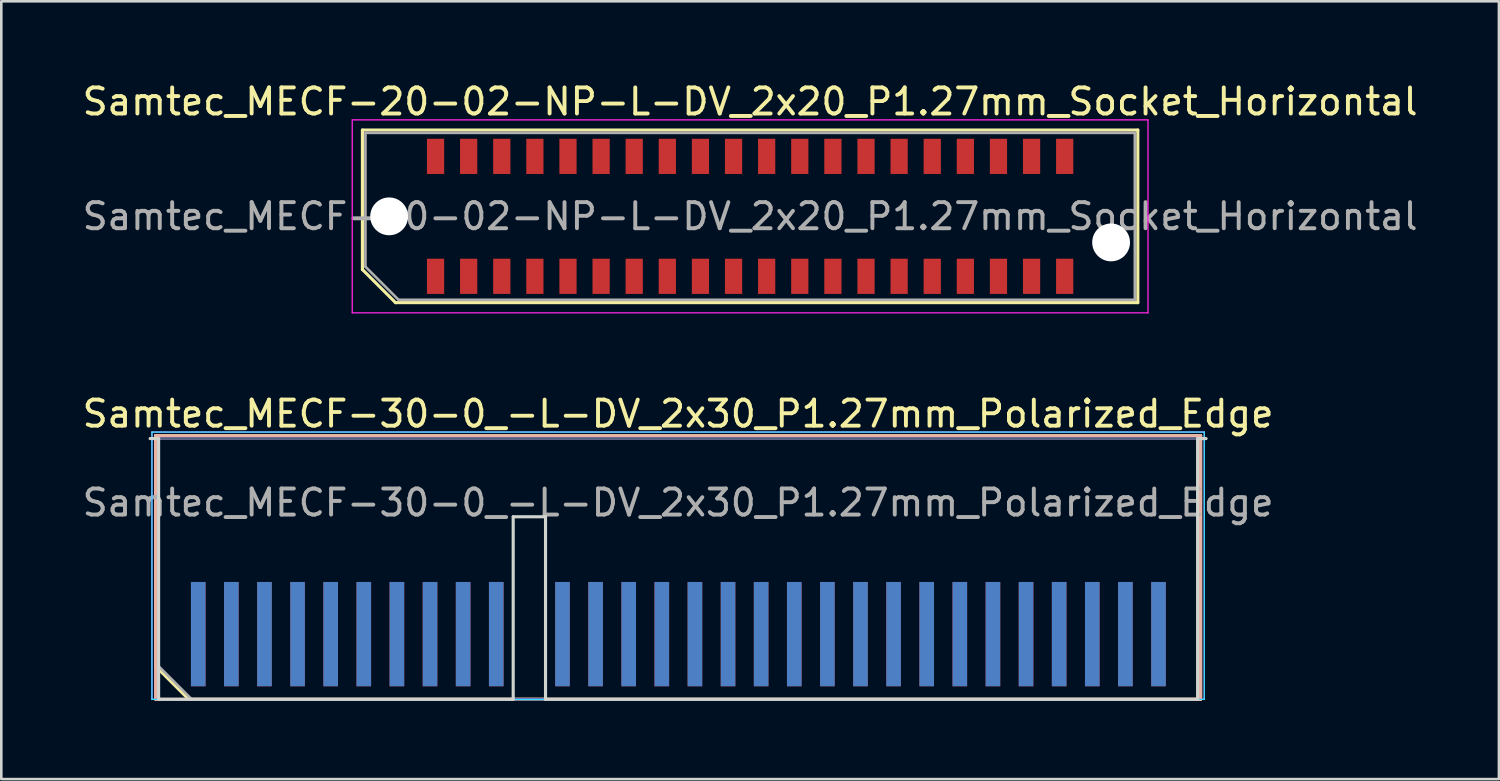
<source format=kicad_pcb>
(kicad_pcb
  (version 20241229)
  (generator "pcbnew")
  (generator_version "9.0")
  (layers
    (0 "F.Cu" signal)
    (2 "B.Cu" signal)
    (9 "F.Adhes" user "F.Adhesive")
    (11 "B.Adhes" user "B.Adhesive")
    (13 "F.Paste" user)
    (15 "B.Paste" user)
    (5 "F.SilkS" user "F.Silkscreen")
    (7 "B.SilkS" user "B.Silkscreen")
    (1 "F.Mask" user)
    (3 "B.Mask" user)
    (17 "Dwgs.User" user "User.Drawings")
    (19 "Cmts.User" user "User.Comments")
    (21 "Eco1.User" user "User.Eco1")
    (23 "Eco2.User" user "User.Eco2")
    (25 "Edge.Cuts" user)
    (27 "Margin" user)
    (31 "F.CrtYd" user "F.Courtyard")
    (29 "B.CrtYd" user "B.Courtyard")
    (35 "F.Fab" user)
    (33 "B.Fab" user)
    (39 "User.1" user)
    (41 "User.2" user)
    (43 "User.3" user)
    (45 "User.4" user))
  (footprint "Samtec_MECF-30-0_-L-DV_2x30_P1.27mm_Polarized_Edge"
    (layer "F.Cu")
    (at 22.958 18.771)
    (property "Reference" "Samtec_MECF-30-0_-L-DV_2x30_P1.27mm_Polarized_Edge" (at 0 -5.95 0) (layer "F.SilkS") (effects (font (size 1 1) (thickness 0.15))))
    (attr exclude_from_pos_files exclude_from_bom)
    (fp_line (start -20.04 -5.11) (end 20.04 -5.11) (stroke (width 0.12) (type solid)) (layer "F.SilkS"))
    (fp_line (start -20.04 3.73) (end -20.04 -5.11) (stroke (width 0.12) (type solid)) (layer "F.SilkS"))
    (fp_line (start -18.77 5) (end -20.04 3.73) (stroke (width 0.12) (type solid)) (layer "F.SilkS"))
    (fp_line (start -18.77 5) (end 20.04 5) (stroke (width 0.12) (type solid)) (layer "F.SilkS"))
    (fp_line (start 20.04 5) (end 20.04 -5.11) (stroke (width 0.12) (type solid)) (layer "F.SilkS"))
    (fp_line (start -20.04 -5.11) (end 20.04 -5.11) (stroke (width 0.12) (type solid)) (layer "B.SilkS"))
    (fp_line (start -20.04 5) (end -20.04 -5.11) (stroke (width 0.12) (type solid)) (layer "B.SilkS"))
    (fp_line (start -20.04 5) (end 20.04 5) (stroke (width 0.12) (type solid)) (layer "B.SilkS"))
    (fp_line (start 20.04 5) (end 20.04 -5.11) (stroke (width 0.12) (type solid)) (layer "B.SilkS"))
    (fp_line (start -20.25 -5) (end -19.925 -5) (stroke (width 0.12) (type solid)) (layer "Edge.Cuts"))
    (fp_line (start -19.925 5) (end -19.925 -5) (stroke (width 0.12) (type solid)) (layer "Edge.Cuts"))
    (fp_line (start -19.925 5) (end -6.325 5) (stroke (width 0.12) (type solid)) (layer "Edge.Cuts"))
    (fp_line (start -6.325 -2) (end -5.085 -2) (stroke (width 0.12) (type solid)) (layer "Edge.Cuts"))
    (fp_line (start -6.325 5) (end -6.325 -2) (stroke (width 0.12) (type solid)) (layer "Edge.Cuts"))
    (fp_line (start -5.085 5) (end -5.085 -2) (stroke (width 0.12) (type solid)) (layer "Edge.Cuts"))
    (fp_line (start -5.085 5) (end 19.925 5) (stroke (width 0.12) (type solid)) (layer "Edge.Cuts"))
    (fp_line (start 19.925 5) (end 19.925 -5) (stroke (width 0.12) (type solid)) (layer "Edge.Cuts"))
    (fp_line (start 20.25 -5) (end 19.925 -5) (stroke (width 0.12) (type solid)) (layer "Edge.Cuts"))
    (fp_line (start -20.18 -5.25) (end -20.18 5) (stroke (width 0.05) (type solid)) (layer "B.CrtYd"))
    (fp_line (start -20.18 5) (end 20.18 5) (stroke (width 0.05) (type solid)) (layer "B.CrtYd"))
    (fp_line (start 20.18 -5.25) (end -20.18 -5.25) (stroke (width 0.05) (type solid)) (layer "B.CrtYd"))
    (fp_line (start 20.18 5) (end 20.18 -5.25) (stroke (width 0.05) (type solid)) (layer "B.CrtYd"))
    (fp_line (start -20.18 -5.25) (end -20.18 5) (stroke (width 0.05) (type solid)) (layer "F.CrtYd"))
    (fp_line (start -20.18 5) (end 20.18 5) (stroke (width 0.05) (type solid)) (layer "F.CrtYd"))
    (fp_line (start 20.18 -5.25) (end -20.18 -5.25) (stroke (width 0.05) (type solid)) (layer "F.CrtYd"))
    (fp_line (start 20.18 5) (end 20.18 -5.25) (stroke (width 0.05) (type solid)) (layer "F.CrtYd"))
    (fp_line (start -19.925 -5) (end 19.925 -5) (stroke (width 0.1) (type solid)) (layer "B.Fab"))
    (fp_line (start -19.925 5) (end -19.925 -5) (stroke (width 0.1) (type solid)) (layer "B.Fab"))
    (fp_line (start -19.925 5) (end 19.925 5) (stroke (width 0.1) (type solid)) (layer "B.Fab"))
    (fp_line (start 19.925 5) (end 19.925 -5) (stroke (width 0.1) (type solid)) (layer "B.Fab"))
    (fp_line (start -19.925 -5) (end 19.925 -5) (stroke (width 0.1) (type solid)) (layer "F.Fab"))
    (fp_line (start -19.925 3.73) (end -19.925 -5) (stroke (width 0.1) (type solid)) (layer "F.Fab"))
    (fp_line (start -19.925 3.73) (end -18.655 5) (stroke (width 0.1) (type solid)) (layer "F.Fab"))
    (fp_line (start -18.655 5) (end 19.925 5) (stroke (width 0.1) (type solid)) (layer "F.Fab"))
    (fp_line (start 19.925 5) (end 19.925 -5) (stroke (width 0.1) (type solid)) (layer "F.Fab"))
    (fp_text user "${REFERENCE}" (at 0 -2.54 0) (layer "F.Fab") (effects (font (size 1 1) (thickness 0.15))))
    (pad "1" connect rect (at -18.405 2.5) (size 0.56 4) (layers "F.Cu" "F.Mask"))
    (pad "2" connect rect (at -18.405 2.5) (size 0.56 4) (layers "B.Cu" "B.Mask"))
    (pad "3" connect rect (at -17.135 2.5) (size 0.56 4) (layers "F.Cu" "F.Mask"))
    (pad "4" connect rect (at -17.135 2.5) (size 0.56 4) (layers "B.Cu" "B.Mask"))
    (pad "5" connect rect (at -15.865 2.5) (size 0.56 4) (layers "F.Cu" "F.Mask"))
    (pad "6" connect rect (at -15.865 2.5) (size 0.56 4) (layers "B.Cu" "B.Mask"))
    (pad "7" connect rect (at -14.595 2.5) (size 0.56 4) (layers "F.Cu" "F.Mask"))
    (pad "8" connect rect (at -14.595 2.5) (size 0.56 4) (layers "B.Cu" "B.Mask"))
    (pad "9" connect rect (at -13.325 2.5) (size 0.56 4) (layers "F.Cu" "F.Mask"))
    (pad "10" connect rect (at -13.325 2.5) (size 0.56 4) (layers "B.Cu" "B.Mask"))
    (pad "11" connect rect (at -12.055 2.5) (size 0.56 4) (layers "F.Cu" "F.Mask"))
    (pad "12" connect rect (at -12.055 2.5) (size 0.56 4) (layers "B.Cu" "B.Mask"))
    (pad "13" connect rect (at -10.785 2.5) (size 0.56 4) (layers "F.Cu" "F.Mask"))
    (pad "14" connect rect (at -10.785 2.5) (size 0.56 4) (layers "B.Cu" "B.Mask"))
    (pad "15" connect rect (at -9.515 2.5) (size 0.56 4) (layers "F.Cu" "F.Mask"))
    (pad "16" connect rect (at -9.515 2.5) (size 0.56 4) (layers "B.Cu" "B.Mask"))
    (pad "17" connect rect (at -8.245 2.5) (size 0.56 4) (layers "F.Cu" "F.Mask"))
    (pad "18" connect rect (at -8.245 2.5) (size 0.56 4) (layers "B.Cu" "B.Mask"))
    (pad "19" connect rect (at -6.975 2.5) (size 0.56 4) (layers "F.Cu" "F.Mask"))
    (pad "20" connect rect (at -6.975 2.5) (size 0.56 4) (layers "B.Cu" "B.Mask"))
    (pad "23" connect rect (at -4.435 2.5) (size 0.56 4) (layers "F.Cu" "F.Mask"))
    (pad "24" connect rect (at -4.435 2.5) (size 0.56 4) (layers "B.Cu" "B.Mask"))
    (pad "25" connect rect (at -3.165 2.5) (size 0.56 4) (layers "F.Cu" "F.Mask"))
    (pad "26" connect rect (at -3.165 2.5) (size 0.56 4) (layers "B.Cu" "B.Mask"))
    (pad "27" connect rect (at -1.895 2.5) (size 0.56 4) (layers "F.Cu" "F.Mask"))
    (pad "28" connect rect (at -1.895 2.5) (size 0.56 4) (layers "B.Cu" "B.Mask"))
    (pad "29" connect rect (at -0.625 2.5) (size 0.56 4) (layers "F.Cu" "F.Mask"))
    (pad "30" connect rect (at -0.625 2.5) (size 0.56 4) (layers "B.Cu" "B.Mask"))
    (pad "31" connect rect (at 0.645 2.5) (size 0.56 4) (layers "F.Cu" "F.Mask"))
    (pad "32" connect rect (at 0.645 2.5) (size 0.56 4) (layers "B.Cu" "B.Mask"))
    (pad "33" connect rect (at 1.915 2.5) (size 0.56 4) (layers "F.Cu" "F.Mask"))
    (pad "34" connect rect (at 1.915 2.5) (size 0.56 4) (layers "B.Cu" "B.Mask"))
    (pad "35" connect rect (at 3.185 2.5) (size 0.56 4) (layers "F.Cu" "F.Mask"))
    (pad "36" connect rect (at 3.185 2.5) (size 0.56 4) (layers "B.Cu" "B.Mask"))
    (pad "37" connect rect (at 4.455 2.5) (size 0.56 4) (layers "F.Cu" "F.Mask"))
    (pad "38" connect rect (at 4.455 2.5) (size 0.56 4) (layers "B.Cu" "B.Mask"))
    (pad "39" connect rect (at 5.725 2.5) (size 0.56 4) (layers "F.Cu" "F.Mask"))
    (pad "40" connect rect (at 5.725 2.5) (size 0.56 4) (layers "B.Cu" "B.Mask"))
    (pad "41" connect rect (at 6.995 2.5) (size 0.56 4) (layers "F.Cu" "F.Mask"))
    (pad "42" connect rect (at 6.995 2.5) (size 0.56 4) (layers "B.Cu" "B.Mask"))
    (pad "43" connect rect (at 8.265 2.5) (size 0.56 4) (layers "F.Cu" "F.Mask"))
    (pad "44" connect rect (at 8.265 2.5) (size 0.56 4) (layers "B.Cu" "B.Mask"))
    (pad "45" connect rect (at 9.535 2.5) (size 0.56 4) (layers "F.Cu" "F.Mask"))
    (pad "46" connect rect (at 9.535 2.5) (size 0.56 4) (layers "B.Cu" "B.Mask"))
    (pad "47" connect rect (at 10.805 2.5) (size 0.56 4) (layers "F.Cu" "F.Mask"))
    (pad "48" connect rect (at 10.805 2.5) (size 0.56 4) (layers "B.Cu" "B.Mask"))
    (pad "49" connect rect (at 12.075 2.5) (size 0.56 4) (layers "F.Cu" "F.Mask"))
    (pad "50" connect rect (at 12.075 2.5) (size 0.56 4) (layers "B.Cu" "B.Mask"))
    (pad "51" connect rect (at 13.345 2.5) (size 0.56 4) (layers "F.Cu" "F.Mask"))
    (pad "52" connect rect (at 13.345 2.5) (size 0.56 4) (layers "B.Cu" "B.Mask"))
    (pad "53" connect rect (at 14.615 2.5) (size 0.56 4) (layers "F.Cu" "F.Mask"))
    (pad "54" connect rect (at 14.615 2.5) (size 0.56 4) (layers "B.Cu" "B.Mask"))
    (pad "55" connect rect (at 15.885 2.5) (size 0.56 4) (layers "F.Cu" "F.Mask"))
    (pad "56" connect rect (at 15.885 2.5) (size 0.56 4) (layers "B.Cu" "B.Mask"))
    (pad "57" connect rect (at 17.155 2.5) (size 0.56 4) (layers "F.Cu" "F.Mask"))
    (pad "58" connect rect (at 17.155 2.5) (size 0.56 4) (layers "B.Cu" "B.Mask"))
    (pad "59" connect rect (at 18.425 2.5) (size 0.56 4) (layers "F.Cu" "F.Mask"))
    (pad "60" connect rect (at 18.425 2.5) (size 0.56 4) (layers "B.Cu" "B.Mask")))
  (footprint "Samtec_MECF-20-02-NP-L-DV_2x20_P1.27mm_Socket_Horizontal"
    (layer "F.Cu")
    (at 25.72 5.248)
    (property "Reference" "Samtec_MECF-20-02-NP-L-DV_2x20_P1.27mm_Socket_Horizontal" (at 0 -4.4 0) (layer "F.SilkS") (effects (font (size 1 1) (thickness 0.15))))
    (attr smd)
    (fp_line (start -14.87 -3.31) (end 14.87 -3.31) (stroke (width 0.12) (type solid)) (layer "F.SilkS"))
    (fp_line (start -14.87 2.04) (end -14.87 -3.31) (stroke (width 0.12) (type solid)) (layer "F.SilkS"))
    (fp_line (start -13.6 3.31) (end -14.87 2.04) (stroke (width 0.12) (type solid)) (layer "F.SilkS"))
    (fp_line (start -13.6 3.31) (end 14.87 3.31) (stroke (width 0.12) (type solid)) (layer "F.SilkS"))
    (fp_line (start 14.87 3.31) (end 14.87 -3.31) (stroke (width 0.12) (type solid)) (layer "F.SilkS"))
    (fp_line (start -15.26 -3.7) (end -15.26 3.7) (stroke (width 0.05) (type solid)) (layer "F.CrtYd"))
    (fp_line (start -15.26 3.7) (end 15.26 3.7) (stroke (width 0.05) (type solid)) (layer "F.CrtYd"))
    (fp_line (start 15.26 -3.7) (end -15.26 -3.7) (stroke (width 0.05) (type solid)) (layer "F.CrtYd"))
    (fp_line (start 15.26 3.7) (end 15.26 -3.7) (stroke (width 0.05) (type solid)) (layer "F.CrtYd"))
    (fp_line (start -14.755 -3.2) (end 14.755 -3.2) (stroke (width 0.1) (type solid)) (layer "F.Fab"))
    (fp_line (start -14.755 1.93) (end -14.755 -3.2) (stroke (width 0.1) (type solid)) (layer "F.Fab"))
    (fp_line (start -14.755 1.93) (end -13.485 3.2) (stroke (width 0.1) (type solid)) (layer "F.Fab"))
    (fp_line (start -13.485 3.2) (end 14.755 3.2) (stroke (width 0.1) (type solid)) (layer "F.Fab"))
    (fp_line (start 14.755 3.2) (end 14.755 -3.2) (stroke (width 0.1) (type solid)) (layer "F.Fab"))
    (fp_text user "${REFERENCE}" (at 0 0 0) (layer "F.Fab") (effects (font (size 1 1) (thickness 0.15))))
    (pad "" np_thru_hole circle (at -13.845 0) (size 1.45 1.45) (drill 1.45) (layers "*.Cu" "*.Mask"))
    (pad "" np_thru_hole circle (at 13.845 1) (size 1.45 1.45) (drill 1.45) (layers "*.Cu" "*.Mask"))
    (pad "1" smd rect (at -12.065 2.3) (size 0.66 1.35) (layers "F.Cu" "F.Mask" "F.Paste"))
    (pad "2" smd rect (at -12.065 -2.3) (size 0.66 1.35) (layers "F.Cu" "F.Mask" "F.Paste"))
    (pad "3" smd rect (at -10.795 2.3) (size 0.66 1.35) (layers "F.Cu" "F.Mask" "F.Paste"))
    (pad "4" smd rect (at -10.795 -2.3) (size 0.66 1.35) (layers "F.Cu" "F.Mask" "F.Paste"))
    (pad "5" smd rect (at -9.525 2.3) (size 0.66 1.35) (layers "F.Cu" "F.Mask" "F.Paste"))
    (pad "6" smd rect (at -9.525 -2.3) (size 0.66 1.35) (layers "F.Cu" "F.Mask" "F.Paste"))
    (pad "7" smd rect (at -8.255 2.3) (size 0.66 1.35) (layers "F.Cu" "F.Mask" "F.Paste"))
    (pad "8" smd rect (at -8.255 -2.3) (size 0.66 1.35) (layers "F.Cu" "F.Mask" "F.Paste"))
    (pad "9" smd rect (at -6.985 2.3) (size 0.66 1.35) (layers "F.Cu" "F.Mask" "F.Paste"))
    (pad "10" smd rect (at -6.985 -2.3) (size 0.66 1.35) (layers "F.Cu" "F.Mask" "F.Paste"))
    (pad "11" smd rect (at -5.715 2.3) (size 0.66 1.35) (layers "F.Cu" "F.Mask" "F.Paste"))
    (pad "12" smd rect (at -5.715 -2.3) (size 0.66 1.35) (layers "F.Cu" "F.Mask" "F.Paste"))
    (pad "13" smd rect (at -4.445 2.3) (size 0.66 1.35) (layers "F.Cu" "F.Mask" "F.Paste"))
    (pad "14" smd rect (at -4.445 -2.3) (size 0.66 1.35) (layers "F.Cu" "F.Mask" "F.Paste"))
    (pad "15" smd rect (at -3.175 2.3) (size 0.66 1.35) (layers "F.Cu" "F.Mask" "F.Paste"))
    (pad "16" smd rect (at -3.175 -2.3) (size 0.66 1.35) (layers "F.Cu" "F.Mask" "F.Paste"))
    (pad "17" smd rect (at -1.905 2.3) (size 0.66 1.35) (layers "F.Cu" "F.Mask" "F.Paste"))
    (pad "18" smd rect (at -1.905 -2.3) (size 0.66 1.35) (layers "F.Cu" "F.Mask" "F.Paste"))
    (pad "19" smd rect (at -0.635 2.3) (size 0.66 1.35) (layers "F.Cu" "F.Mask" "F.Paste"))
    (pad "20" smd rect (at -0.635 -2.3) (size 0.66 1.35) (layers "F.Cu" "F.Mask" "F.Paste"))
    (pad "21" smd rect (at 0.635 2.3) (size 0.66 1.35) (layers "F.Cu" "F.Mask" "F.Paste"))
    (pad "22" smd rect (at 0.635 -2.3) (size 0.66 1.35) (layers "F.Cu" "F.Mask" "F.Paste"))
    (pad "23" smd rect (at 1.905 2.3) (size 0.66 1.35) (layers "F.Cu" "F.Mask" "F.Paste"))
    (pad "24" smd rect (at 1.905 -2.3) (size 0.66 1.35) (layers "F.Cu" "F.Mask" "F.Paste"))
    (pad "25" smd rect (at 3.175 2.3) (size 0.66 1.35) (layers "F.Cu" "F.Mask" "F.Paste"))
    (pad "26" smd rect (at 3.175 -2.3) (size 0.66 1.35) (layers "F.Cu" "F.Mask" "F.Paste"))
    (pad "27" smd rect (at 4.445 2.3) (size 0.66 1.35) (layers "F.Cu" "F.Mask" "F.Paste"))
    (pad "28" smd rect (at 4.445 -2.3) (size 0.66 1.35) (layers "F.Cu" "F.Mask" "F.Paste"))
    (pad "29" smd rect (at 5.715 2.3) (size 0.66 1.35) (layers "F.Cu" "F.Mask" "F.Paste"))
    (pad "30" smd rect (at 5.715 -2.3) (size 0.66 1.35) (layers "F.Cu" "F.Mask" "F.Paste"))
    (pad "31" smd rect (at 6.985 2.3) (size 0.66 1.35) (layers "F.Cu" "F.Mask" "F.Paste"))
    (pad "32" smd rect (at 6.985 -2.3) (size 0.66 1.35) (layers "F.Cu" "F.Mask" "F.Paste"))
    (pad "33" smd rect (at 8.255 2.3) (size 0.66 1.35) (layers "F.Cu" "F.Mask" "F.Paste"))
    (pad "34" smd rect (at 8.255 -2.3) (size 0.66 1.35) (layers "F.Cu" "F.Mask" "F.Paste"))
    (pad "35" smd rect (at 9.525 2.3) (size 0.66 1.35) (layers "F.Cu" "F.Mask" "F.Paste"))
    (pad "36" smd rect (at 9.525 -2.3) (size 0.66 1.35) (layers "F.Cu" "F.Mask" "F.Paste"))
    (pad "37" smd rect (at 10.795 2.3) (size 0.66 1.35) (layers "F.Cu" "F.Mask" "F.Paste"))
    (pad "38" smd rect (at 10.795 -2.3) (size 0.66 1.35) (layers "F.Cu" "F.Mask" "F.Paste"))
    (pad "39" smd rect (at 12.065 2.3) (size 0.66 1.35) (layers "F.Cu" "F.Mask" "F.Paste"))
    (pad "40" smd rect (at 12.065 -2.3) (size 0.66 1.35) (layers "F.Cu" "F.Mask" "F.Paste")))
  (gr_rect
    (start -3 -3)
    (end 54.44 26.831)
    (stroke (width 0.1) (type default))
    (fill no)
    (layer "Edge.Cuts")))
</source>
